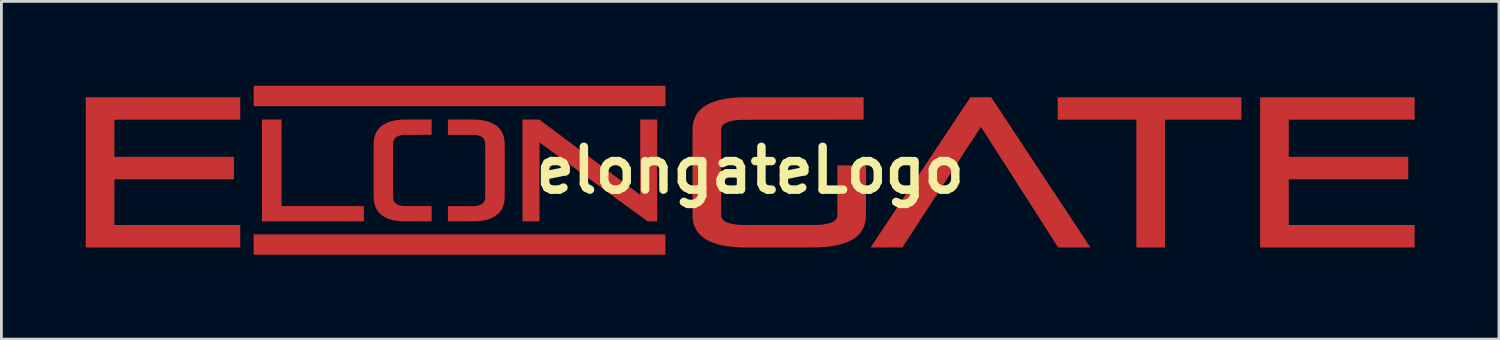
<source format=kicad_pcb>
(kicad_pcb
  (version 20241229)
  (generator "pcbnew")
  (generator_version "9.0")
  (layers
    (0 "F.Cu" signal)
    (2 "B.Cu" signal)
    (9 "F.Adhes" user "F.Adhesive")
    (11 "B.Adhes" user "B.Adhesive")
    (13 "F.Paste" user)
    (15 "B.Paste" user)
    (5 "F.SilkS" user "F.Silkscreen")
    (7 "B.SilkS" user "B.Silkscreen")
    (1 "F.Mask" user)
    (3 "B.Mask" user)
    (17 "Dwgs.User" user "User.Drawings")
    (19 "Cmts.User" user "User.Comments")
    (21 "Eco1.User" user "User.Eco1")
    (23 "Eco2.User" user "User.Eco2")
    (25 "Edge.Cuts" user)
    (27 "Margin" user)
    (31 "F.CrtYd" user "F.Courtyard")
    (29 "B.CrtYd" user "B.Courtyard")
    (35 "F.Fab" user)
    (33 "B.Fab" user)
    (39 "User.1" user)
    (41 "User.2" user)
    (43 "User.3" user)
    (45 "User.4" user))
  (footprint "elongateLogo"
    (layer "F.Cu")
    (at 23.627 3.004)
    (property "Reference" "elongateLogo" (at 0 0 0) (layer "F.SilkS") (effects (font (size 1.524 1.524) (thickness 0.3))))
    (attr through_hole)
    (pad "1" smd custom (at -23.114 -0.102) (size 0.5 0.5) (layers "F.Cu" "F.Mask") (options (anchor circle)) (primitives (gr_poly (pts (xy 4.975 -1.702) (xy 0.5 -1.702) (xy 0.5 -0.368) (xy 4.749 -0.368) (xy 4.749 0.419) (xy 0.5 0.419) (xy 0.5 2.055) (xy 4.975 2.055) (xy 4.975 2.842) (xy -0.508 2.842) (xy -0.508 -2.489) (xy 4.975 -2.489) (xy 4.975 -1.702)) (width 0.01) (fill yes))))
    (pad "1" smd custom (at -17.069 -0.051) (size 0.5 0.5) (layers "F.Cu" "F.Mask") (options (anchor circle)) (primitives (gr_poly (pts (xy 0.399 -0.209) (xy 0.399 1.33) (xy 3.326 1.331) (xy 3.326 1.864) (xy -0.288 1.864) (xy -0.288 -1.747) (xy 0.398 -1.747) (xy 0.399 -0.209)) (width 0.01) (fill yes))))
    (pad "1" smd custom (at -13.056 -0.051) (size 0.5 0.5) (layers "F.Cu" "F.Mask") (options (anchor circle)) (primitives (gr_poly (pts (xy 1.723 -1.214) (xy 1.224 -1.213) (xy 1.164 -1.213) (xy 1.109 -1.213) (xy 1.058 -1.213) (xy 1.013 -1.213) (xy 0.971 -1.213) (xy 0.933 -1.213) (xy 0.899 -1.212) (xy 0.869 -1.212) (xy 0.842 -1.212) (xy 0.818 -1.212) (xy 0.797 -1.212) (xy 0.778 -1.212) (xy 0.762 -1.211) (xy 0.748 -1.211) (xy 0.736 -1.211) (xy 0.726 -1.211) (xy 0.718 -1.21) (xy 0.711 -1.21) (xy 0.705 -1.209) (xy 0.699 -1.209) (xy 0.695 -1.208) (xy 0.692 -1.208) (xy 0.643 -1.2) (xy 0.598 -1.19) (xy 0.558 -1.178) (xy 0.522 -1.163) (xy 0.489 -1.146) (xy 0.461 -1.127) (xy 0.435 -1.105) (xy 0.417 -1.085) (xy 0.397 -1.058) (xy 0.382 -1.029) (xy 0.369 -0.996) (xy 0.359 -0.961) (xy 0.353 -0.936) (xy 0.352 0.039) (xy 0.352 0.133) (xy 0.352 0.221) (xy 0.352 0.304) (xy 0.352 0.383) (xy 0.352 0.457) (xy 0.352 0.526) (xy 0.352 0.59) (xy 0.352 0.65) (xy 0.352 0.705) (xy 0.352 0.756) (xy 0.352 0.802) (xy 0.352 0.844) (xy 0.353 0.882) (xy 0.353 0.915) (xy 0.353 0.945) (xy 0.353 0.97) (xy 0.353 0.992) (xy 0.353 1.01) (xy 0.354 1.024) (xy 0.354 1.034) (xy 0.354 1.04) (xy 0.354 1.042) (xy 0.361 1.082) (xy 0.371 1.119) (xy 0.385 1.153) (xy 0.404 1.184) (xy 0.427 1.212) (xy 0.454 1.237) (xy 0.485 1.26) (xy 0.52 1.279) (xy 0.559 1.295) (xy 0.567 1.298) (xy 0.598 1.307) (xy 0.634 1.315) (xy 0.673 1.322) (xy 0.695 1.325) (xy 0.699 1.325) (xy 0.704 1.326) (xy 0.709 1.326) (xy 0.715 1.327) (xy 0.723 1.327) (xy 0.731 1.327) (xy 0.741 1.328) (xy 0.753 1.328) (xy 0.766 1.328) (xy 0.782 1.329) (xy 0.8 1.329) (xy 0.821 1.329) (xy 0.845 1.329) (xy 0.871 1.329) (xy 0.901 1.329) (xy 0.935 1.33) (xy 0.972 1.33) (xy 1.013 1.33) (xy 1.058 1.33) (xy 1.108 1.33) (xy 1.162 1.33) (xy 1.221 1.33) (xy 1.226 1.33) (xy 1.723 1.331) (xy 1.723 1.864) (xy 1.239 1.864) (xy 1.189 1.864) (xy 1.139 1.864) (xy 1.091 1.864) (xy 1.044 1.863) (xy 0.999 1.863) (xy 0.956 1.863) (xy 0.916 1.863) (xy 0.877 1.863) (xy 0.842 1.863) (xy 0.81 1.863) (xy 0.781 1.862) (xy 0.756 1.862) (xy 0.735 1.862) (xy 0.718 1.862) (xy 0.705 1.862) (xy 0.699 1.861) (xy 0.633 1.858) (xy 0.568 1.853) (xy 0.505 1.846) (xy 0.445 1.837) (xy 0.387 1.827) (xy 0.333 1.815) (xy 0.282 1.802) (xy 0.243 1.79) (xy 0.182 1.767) (xy 0.125 1.743) (xy 0.071 1.717) (xy 0.021 1.689) (xy -0.024 1.659) (xy -0.066 1.628) (xy -0.102 1.596) (xy -0.109 1.589) (xy -0.149 1.546) (xy -0.184 1.5) (xy -0.216 1.453) (xy -0.244 1.402) (xy -0.267 1.349) (xy -0.287 1.293) (xy -0.303 1.234) (xy -0.315 1.172) (xy -0.324 1.106) (xy -0.329 1.045) (xy -0.329 1.038) (xy -0.329 1.027) (xy -0.329 1.01) (xy -0.33 0.99) (xy -0.33 0.965) (xy -0.33 0.936) (xy -0.33 0.903) (xy -0.33 0.867) (xy -0.33 0.828) (xy -0.331 0.785) (xy -0.331 0.74) (xy -0.331 0.692) (xy -0.331 0.641) (xy -0.331 0.589) (xy -0.331 0.534) (xy -0.331 0.478) (xy -0.331 0.42) (xy -0.331 0.36) (xy -0.331 0.3) (xy -0.331 0.239) (xy -0.331 0.177) (xy -0.331 0.115) (xy -0.331 0.052) (xy -0.331 -0.01) (xy -0.331 -0.072) (xy -0.331 -0.134) (xy -0.331 -0.195) (xy -0.331 -0.255) (xy -0.331 -0.314) (xy -0.331 -0.372) (xy -0.331 -0.428) (xy -0.331 -0.482) (xy -0.331 -0.534) (xy -0.331 -0.584) (xy -0.331 -0.632) (xy -0.331 -0.677) (xy -0.33 -0.719) (xy -0.33 -0.757) (xy -0.33 -0.793) (xy -0.33 -0.825) (xy -0.33 -0.853) (xy -0.33 -0.877) (xy -0.329 -0.897) (xy -0.329 -0.912) (xy -0.329 -0.923) (xy -0.329 -0.928) (xy -0.324 -0.995) (xy -0.315 -1.058) (xy -0.303 -1.118) (xy -0.288 -1.174) (xy -0.269 -1.228) (xy -0.247 -1.279) (xy -0.22 -1.328) (xy -0.19 -1.374) (xy -0.179 -1.389) (xy -0.167 -1.405) (xy -0.151 -1.423) (xy -0.134 -1.442) (xy -0.115 -1.461) (xy -0.096 -1.48) (xy -0.077 -1.497) (xy -0.06 -1.512) (xy -0.055 -1.516) (xy -0.007 -1.551) (xy 0.046 -1.583) (xy 0.102 -1.613) (xy 0.162 -1.64) (xy 0.226 -1.664) (xy 0.294 -1.685) (xy 0.365 -1.703) (xy 0.439 -1.718) (xy 0.516 -1.729) (xy 0.586 -1.737) (xy 0.599 -1.738) (xy 0.612 -1.739) (xy 0.625 -1.74) (xy 0.639 -1.741) (xy 0.653 -1.742) (xy 0.668 -1.743) (xy 0.684 -1.744) (xy 0.701 -1.744) (xy 0.72 -1.745) (xy 0.741 -1.745) (xy 0.763 -1.746) (xy 0.789 -1.746) (xy 0.816 -1.746) (xy 0.847 -1.747) (xy 0.88 -1.747) (xy 0.917 -1.747) (xy 0.958 -1.747) (xy 1.002 -1.747) (xy 1.05 -1.747) (xy 1.102 -1.747) (xy 1.159 -1.747) (xy 1.221 -1.747) (xy 1.244 -1.747) (xy 1.723 -1.747) (xy 1.723 -1.214)) (width 0.01) (fill yes))))
    (pad "1" smd custom (at -10.312 -2.642) (size 0.5 0.5) (layers "F.Cu" "F.Mask") (options (anchor circle)) (primitives (gr_poly (pts (xy 7.293 0.358) (xy -7.339 0.358) (xy -7.339 -0.358) (xy 7.293 -0.358) (xy 7.293 0.358)) (width 0.01) (fill yes))))
    (pad "1" smd custom (at -8.992 -0.152) (size 0.5 0.5) (layers "F.Cu" "F.Mask") (options (anchor circle)) (primitives (gr_poly (pts (xy -1.295 -1.646) (xy -1.233 -1.646) (xy -1.175 -1.646) (xy -1.122 -1.646) (xy -1.074 -1.646) (xy -1.03 -1.645) (xy -0.989 -1.645) (xy -0.952 -1.645) (xy -0.918 -1.645) (xy -0.888 -1.645) (xy -0.86 -1.644) (xy -0.835 -1.644) (xy -0.812 -1.644) (xy -0.791 -1.643) (xy -0.772 -1.643) (xy -0.755 -1.642) (xy -0.739 -1.641) (xy -0.724 -1.641) (xy -0.71 -1.64) (xy -0.697 -1.639) (xy -0.684 -1.638) (xy -0.671 -1.637) (xy -0.594 -1.629) (xy -0.52 -1.617) (xy -0.449 -1.603) (xy -0.38 -1.587) (xy -0.314 -1.567) (xy -0.252 -1.545) (xy -0.194 -1.52) (xy -0.139 -1.492) (xy -0.089 -1.463) (xy -0.059 -1.443) (xy -0.034 -1.424) (xy -0.008 -1.402) (xy 0.019 -1.378) (xy 0.045 -1.354) (xy 0.068 -1.33) (xy 0.089 -1.307) (xy 0.096 -1.299) (xy 0.129 -1.254) (xy 0.158 -1.206) (xy 0.183 -1.155) (xy 0.205 -1.101) (xy 0.223 -1.043) (xy 0.237 -0.982) (xy 0.248 -0.918) (xy 0.255 -0.85) (xy 0.255 -0.848) (xy 0.255 -0.843) (xy 0.255 -0.832) (xy 0.255 -0.817) (xy 0.256 -0.797) (xy 0.256 -0.773) (xy 0.256 -0.745) (xy 0.256 -0.714) (xy 0.256 -0.679) (xy 0.256 -0.64) (xy 0.257 -0.598) (xy 0.257 -0.554) (xy 0.257 -0.506) (xy 0.257 -0.457) (xy 0.257 -0.405) (xy 0.257 -0.35) (xy 0.257 -0.294) (xy 0.257 -0.237) (xy 0.257 -0.178) (xy 0.257 -0.118) (xy 0.257 -0.057) (xy 0.257 0.005) (xy 0.257 0.068) (xy 0.257 0.13) (xy 0.257 0.193) (xy 0.257 0.256) (xy 0.257 0.318) (xy 0.257 0.38) (xy 0.257 0.441) (xy 0.257 0.501) (xy 0.257 0.56) (xy 0.257 0.617) (xy 0.257 0.673) (xy 0.257 0.727) (xy 0.257 0.779) (xy 0.257 0.829) (xy 0.257 0.876) (xy 0.257 0.921) (xy 0.256 0.962) (xy 0.256 1) (xy 0.256 1.036) (xy 0.256 1.067) (xy 0.256 1.095) (xy 0.256 1.118) (xy 0.255 1.138) (xy 0.255 1.153) (xy 0.255 1.163) (xy 0.255 1.168) (xy 0.248 1.234) (xy 0.238 1.296) (xy 0.225 1.356) (xy 0.208 1.413) (xy 0.187 1.467) (xy 0.164 1.517) (xy 0.147 1.546) (xy 0.115 1.595) (xy 0.078 1.642) (xy 0.037 1.685) (xy -0.007 1.726) (xy -0.056 1.763) (xy -0.109 1.797) (xy -0.165 1.828) (xy -0.178 1.835) (xy -0.222 1.855) (xy -0.266 1.873) (xy -0.311 1.89) (xy -0.357 1.904) (xy -0.405 1.917) (xy -0.455 1.928) (xy -0.507 1.937) (xy -0.563 1.946) (xy -0.622 1.953) (xy -0.686 1.959) (xy -0.717 1.961) (xy -0.724 1.961) (xy -0.736 1.962) (xy -0.752 1.962) (xy -0.773 1.963) (xy -0.797 1.963) (xy -0.826 1.963) (xy -0.859 1.963) (xy -0.897 1.964) (xy -0.94 1.964) (xy -0.987 1.964) (xy -1.039 1.964) (xy -1.095 1.965) (xy -1.157 1.965) (xy -1.224 1.965) (xy -1.254 1.965) (xy -1.752 1.966) (xy -1.752 1.432) (xy -1.305 1.432) (xy -1.248 1.432) (xy -1.193 1.432) (xy -1.141 1.432) (xy -1.092 1.432) (xy -1.046 1.432) (xy -1.004 1.432) (xy -0.966 1.432) (xy -0.932 1.431) (xy -0.901 1.431) (xy -0.875 1.431) (xy -0.853 1.431) (xy -0.835 1.43) (xy -0.823 1.43) (xy -0.816 1.43) (xy -0.761 1.425) (xy -0.711 1.417) (xy -0.665 1.406) (xy -0.623 1.393) (xy -0.585 1.376) (xy -0.551 1.357) (xy -0.521 1.334) (xy -0.495 1.309) (xy -0.473 1.28) (xy -0.456 1.249) (xy -0.442 1.214) (xy -0.432 1.177) (xy -0.428 1.155) (xy -0.428 1.151) (xy -0.428 1.143) (xy -0.428 1.131) (xy -0.428 1.114) (xy -0.427 1.094) (xy -0.427 1.069) (xy -0.427 1.04) (xy -0.427 1.007) (xy -0.427 0.969) (xy -0.426 0.927) (xy -0.426 0.88) (xy -0.426 0.829) (xy -0.426 0.773) (xy -0.426 0.713) (xy -0.426 0.647) (xy -0.426 0.577) (xy -0.426 0.502) (xy -0.426 0.423) (xy -0.426 0.338) (xy -0.426 0.248) (xy -0.426 0.159) (xy -0.426 0.074) (xy -0.426 -0.005) (xy -0.426 -0.08) (xy -0.426 -0.151) (xy -0.426 -0.217) (xy -0.426 -0.279) (xy -0.426 -0.336) (xy -0.426 -0.39) (xy -0.426 -0.439) (xy -0.426 -0.485) (xy -0.426 -0.528) (xy -0.426 -0.567) (xy -0.426 -0.602) (xy -0.426 -0.635) (xy -0.427 -0.665) (xy -0.427 -0.692) (xy -0.427 -0.716) (xy -0.427 -0.738) (xy -0.427 -0.758) (xy -0.428 -0.775) (xy -0.428 -0.791) (xy -0.428 -0.804) (xy -0.429 -0.816) (xy -0.429 -0.826) (xy -0.43 -0.835) (xy -0.43 -0.843) (xy -0.431 -0.85) (xy -0.432 -0.855) (xy -0.432 -0.86) (xy -0.433 -0.864) (xy -0.434 -0.868) (xy -0.435 -0.872) (xy -0.436 -0.875) (xy -0.437 -0.878) (xy -0.438 -0.882) (xy -0.439 -0.886) (xy -0.44 -0.888) (xy -0.452 -0.922) (xy -0.469 -0.954) (xy -0.49 -0.983) (xy -0.515 -1.009) (xy -0.544 -1.033) (xy -0.578 -1.053) (xy -0.614 -1.07) (xy -0.655 -1.084) (xy -0.699 -1.095) (xy -0.701 -1.096) (xy -0.711 -1.098) (xy -0.72 -1.099) (xy -0.729 -1.101) (xy -0.738 -1.103) (xy -0.747 -1.104) (xy -0.757 -1.105) (xy -0.768 -1.106) (xy -0.779 -1.107) (xy -0.792 -1.108) (xy -0.806 -1.109) (xy -0.822 -1.11) (xy -0.839 -1.11) (xy -0.859 -1.111) (xy -0.882 -1.111) (xy -0.907 -1.111) (xy -0.934 -1.112) (xy -0.965 -1.112) (xy -1 -1.112) (xy -1.038 -1.112) (xy -1.079 -1.112) (xy -1.125 -1.112) (xy -1.175 -1.112) (xy -1.23 -1.112) (xy -1.29 -1.112) (xy -1.3 -1.112) (xy -1.752 -1.112) (xy -1.752 -1.646) (xy -1.295 -1.646)) (width 0.01) (fill yes))))
    (pad "1" smd custom (at -8.382 2.692) (size 0.5 0.5) (layers "F.Cu" "F.Mask") (options (anchor circle)) (primitives (gr_poly (pts (xy 5.362 0.307) (xy -9.269 0.307) (xy -9.269 -0.409) (xy 5.362 -0.409) (xy 5.362 0.307)) (width 0.01) (fill yes))))
    (pad "1" smd custom (at -7.671 -1.27) (size 0.5 0.5) (layers "F.Cu" "F.Mask") (options (anchor circle)) (primitives (gr_poly (pts (xy 1.966 0.813) (xy 3.763 2.154) (xy 3.764 0.813) (xy 3.765 -0.528) (xy 4.359 -0.528) (xy 4.359 3.083) (xy 4.027 3.083) (xy 2.104 1.68) (xy 2.015 1.615) (xy 1.927 1.551) (xy 1.84 1.488) (xy 1.755 1.425) (xy 1.671 1.364) (xy 1.588 1.304) (xy 1.506 1.244) (xy 1.426 1.186) (xy 1.348 1.129) (xy 1.272 1.073) (xy 1.197 1.018) (xy 1.124 0.965) (xy 1.053 0.914) (xy 0.984 0.863) (xy 0.918 0.815) (xy 0.853 0.768) (xy 0.791 0.723) (xy 0.732 0.679) (xy 0.674 0.638) (xy 0.62 0.598) (xy 0.568 0.56) (xy 0.519 0.524) (xy 0.473 0.491) (xy 0.43 0.459) (xy 0.39 0.43) (xy 0.353 0.403) (xy 0.319 0.379) (xy 0.289 0.357) (xy 0.262 0.337) (xy 0.239 0.32) (xy 0.219 0.306) (xy 0.203 0.294) (xy 0.19 0.285) (xy 0.182 0.279) (xy 0.177 0.276) (xy 0.177 0.275) (xy 0.176 0.276) (xy 0.176 0.278) (xy 0.176 0.282) (xy 0.176 0.288) (xy 0.176 0.296) (xy 0.175 0.306) (xy 0.175 0.318) (xy 0.175 0.333) (xy 0.175 0.35) (xy 0.175 0.369) (xy 0.175 0.391) (xy 0.175 0.416) (xy 0.174 0.443) (xy 0.174 0.474) (xy 0.174 0.508) (xy 0.174 0.545) (xy 0.174 0.585) (xy 0.174 0.628) (xy 0.174 0.675) (xy 0.174 0.726) (xy 0.174 0.78) (xy 0.174 0.839) (xy 0.174 0.901) (xy 0.174 0.967) (xy 0.174 1.038) (xy 0.174 1.112) (xy 0.174 1.192) (xy 0.174 1.275) (xy 0.173 1.363) (xy 0.173 1.456) (xy 0.173 1.554) (xy 0.173 1.657) (xy 0.173 3.083) (xy -0.421 3.083) (xy -0.421 -0.528) (xy 0.168 -0.528) (xy 1.966 0.813)) (width 0.01) (fill yes))))
    (pad "1" smd custom (at -1.422 0.102) (size 0.5 0.5) (layers "F.Cu" "F.Mask") (options (anchor circle)) (primitives (gr_poly (pts (xy 5.45 -1.905) (xy 3.285 -1.904) (xy 3.15 -1.904) (xy 3.021 -1.904) (xy 2.897 -1.904) (xy 2.778 -1.904) (xy 2.663 -1.904) (xy 2.553 -1.904) (xy 2.448 -1.904) (xy 2.347 -1.904) (xy 2.251 -1.904) (xy 2.159 -1.903) (xy 2.071 -1.903) (xy 1.988 -1.903) (xy 1.909 -1.903) (xy 1.834 -1.903) (xy 1.763 -1.903) (xy 1.696 -1.903) (xy 1.633 -1.903) (xy 1.574 -1.903) (xy 1.519 -1.903) (xy 1.467 -1.903) (xy 1.419 -1.902) (xy 1.374 -1.902) (xy 1.333 -1.902) (xy 1.295 -1.902) (xy 1.261 -1.902) (xy 1.229 -1.902) (xy 1.201 -1.902) (xy 1.176 -1.902) (xy 1.154 -1.901) (xy 1.135 -1.901) (xy 1.119 -1.901) (xy 1.105 -1.901) (xy 1.094 -1.901) (xy 1.086 -1.901) (xy 1.081 -1.9) (xy 1.078 -1.9) (xy 1.017 -1.895) (xy 0.961 -1.89) (xy 0.909 -1.884) (xy 0.861 -1.878) (xy 0.816 -1.871) (xy 0.775 -1.863) (xy 0.736 -1.854) (xy 0.699 -1.845) (xy 0.665 -1.835) (xy 0.632 -1.823) (xy 0.615 -1.817) (xy 0.571 -1.798) (xy 0.532 -1.777) (xy 0.498 -1.755) (xy 0.468 -1.73) (xy 0.443 -1.704) (xy 0.422 -1.676) (xy 0.405 -1.646) (xy 0.393 -1.613) (xy 0.391 -1.606) (xy 0.385 -1.586) (xy 0.384 -0.036) (xy 0.384 0.072) (xy 0.384 0.174) (xy 0.384 0.271) (xy 0.384 0.364) (xy 0.384 0.452) (xy 0.384 0.535) (xy 0.384 0.614) (xy 0.384 0.689) (xy 0.384 0.76) (xy 0.384 0.827) (xy 0.384 0.89) (xy 0.384 0.949) (xy 0.384 1.005) (xy 0.384 1.057) (xy 0.384 1.105) (xy 0.384 1.15) (xy 0.384 1.193) (xy 0.384 1.232) (xy 0.384 1.268) (xy 0.384 1.301) (xy 0.385 1.332) (xy 0.385 1.36) (xy 0.385 1.386) (xy 0.385 1.409) (xy 0.385 1.43) (xy 0.386 1.449) (xy 0.386 1.466) (xy 0.386 1.481) (xy 0.387 1.495) (xy 0.387 1.507) (xy 0.387 1.517) (xy 0.388 1.526) (xy 0.388 1.534) (xy 0.389 1.541) (xy 0.389 1.546) (xy 0.39 1.551) (xy 0.391 1.555) (xy 0.391 1.558) (xy 0.392 1.561) (xy 0.393 1.563) (xy 0.393 1.565) (xy 0.394 1.567) (xy 0.395 1.569) (xy 0.396 1.571) (xy 0.397 1.573) (xy 0.398 1.575) (xy 0.399 1.577) (xy 0.413 1.608) (xy 0.431 1.637) (xy 0.455 1.665) (xy 0.483 1.69) (xy 0.516 1.714) (xy 0.553 1.736) (xy 0.596 1.756) (xy 0.642 1.774) (xy 0.694 1.79) (xy 0.75 1.804) (xy 0.811 1.817) (xy 0.876 1.827) (xy 0.946 1.836) (xy 0.974 1.839) (xy 0.983 1.839) (xy 0.991 1.84) (xy 1 1.841) (xy 1.008 1.842) (xy 1.015 1.842) (xy 1.023 1.843) (xy 1.032 1.844) (xy 1.04 1.844) (xy 1.049 1.845) (xy 1.059 1.845) (xy 1.07 1.846) (xy 1.081 1.846) (xy 1.094 1.847) (xy 1.107 1.847) (xy 1.122 1.847) (xy 1.139 1.848) (xy 1.157 1.848) (xy 1.177 1.848) (xy 1.199 1.849) (xy 1.222 1.849) (xy 1.248 1.849) (xy 1.277 1.849) (xy 1.307 1.849) (xy 1.341 1.849) (xy 1.376 1.85) (xy 1.415 1.85) (xy 1.457 1.85) (xy 1.502 1.85) (xy 1.55 1.85) (xy 1.602 1.85) (xy 1.657 1.85) (xy 1.715 1.85) (xy 1.778 1.85) (xy 1.844 1.85) (xy 1.915 1.85) (xy 1.99 1.85) (xy 2.069 1.85) (xy 2.153 1.85) (xy 2.241 1.85) (xy 2.334 1.85) (xy 2.432 1.85) (xy 2.456 1.85) (xy 2.555 1.85) (xy 2.649 1.85) (xy 2.738 1.85) (xy 2.823 1.85) (xy 2.903 1.85) (xy 2.978 1.85) (xy 3.049 1.85) (xy 3.117 1.85) (xy 3.18 1.85) (xy 3.239 1.85) (xy 3.295 1.85) (xy 3.347 1.85) (xy 3.396 1.85) (xy 3.441 1.85) (xy 3.484 1.85) (xy 3.523 1.85) (xy 3.559 1.85) (xy 3.593 1.849) (xy 3.624 1.849) (xy 3.653 1.849) (xy 3.679 1.849) (xy 3.703 1.849) (xy 3.725 1.848) (xy 3.745 1.848) (xy 3.764 1.848) (xy 3.781 1.848) (xy 3.796 1.847) (xy 3.81 1.847) (xy 3.823 1.847) (xy 3.834 1.846) (xy 3.845 1.846) (xy 3.855 1.845) (xy 3.864 1.845) (xy 3.873 1.844) (xy 3.881 1.844) (xy 3.889 1.843) (xy 3.897 1.842) (xy 3.905 1.842) (xy 3.914 1.841) (xy 3.922 1.84) (xy 3.929 1.84) (xy 4 1.833) (xy 4.066 1.824) (xy 4.129 1.813) (xy 4.186 1.8) (xy 4.24 1.786) (xy 4.289 1.769) (xy 4.333 1.751) (xy 4.373 1.732) (xy 4.408 1.71) (xy 4.438 1.687) (xy 4.464 1.662) (xy 4.474 1.65) (xy 4.49 1.627) (xy 4.504 1.602) (xy 4.515 1.575) (xy 4.519 1.563) (xy 4.525 1.543) (xy 4.525 0.637) (xy 4.526 -0.269) (xy 5.534 -0.269) (xy 5.534 0.613) (xy 5.534 0.689) (xy 5.534 0.763) (xy 5.534 0.834) (xy 5.534 0.903) (xy 5.534 0.97) (xy 5.534 1.034) (xy 5.534 1.094) (xy 5.534 1.152) (xy 5.534 1.206) (xy 5.534 1.258) (xy 5.533 1.305) (xy 5.533 1.349) (xy 5.533 1.389) (xy 5.533 1.425) (xy 5.533 1.457) (xy 5.533 1.485) (xy 5.532 1.508) (xy 5.532 1.526) (xy 5.532 1.54) (xy 5.532 1.549) (xy 5.532 1.551) (xy 5.529 1.597) (xy 5.525 1.639) (xy 5.521 1.679) (xy 5.514 1.717) (xy 5.506 1.756) (xy 5.503 1.771) (xy 5.484 1.837) (xy 5.462 1.9) (xy 5.435 1.961) (xy 5.403 2.019) (xy 5.367 2.074) (xy 5.327 2.127) (xy 5.282 2.178) (xy 5.233 2.226) (xy 5.18 2.271) (xy 5.122 2.314) (xy 5.11 2.322) (xy 5.082 2.34) (xy 5.05 2.359) (xy 5.016 2.378) (xy 4.979 2.398) (xy 4.942 2.416) (xy 4.905 2.433) (xy 4.869 2.449) (xy 4.85 2.457) (xy 4.777 2.484) (xy 4.7 2.509) (xy 4.621 2.532) (xy 4.539 2.552) (xy 4.453 2.57) (xy 4.363 2.586) (xy 4.27 2.6) (xy 4.173 2.612) (xy 4.072 2.622) (xy 3.966 2.629) (xy 3.856 2.635) (xy 3.819 2.636) (xy 3.813 2.636) (xy 3.802 2.636) (xy 3.786 2.637) (xy 3.766 2.637) (xy 3.742 2.637) (xy 3.713 2.637) (xy 3.68 2.637) (xy 3.644 2.637) (xy 3.604 2.637) (xy 3.561 2.637) (xy 3.514 2.637) (xy 3.465 2.637) (xy 3.412 2.638) (xy 3.357 2.638) (xy 3.3 2.638) (xy 3.24 2.638) (xy 3.178 2.638) (xy 3.114 2.638) (xy 3.049 2.638) (xy 2.981 2.638) (xy 2.913 2.638) (xy 2.843 2.638) (xy 2.773 2.638) (xy 2.701 2.638) (xy 2.629 2.638) (xy 2.557 2.638) (xy 2.484 2.638) (xy 2.412 2.638) (xy 2.339 2.638) (xy 2.267 2.638) (xy 2.195 2.638) (xy 2.124 2.638) (xy 2.054 2.638) (xy 1.985 2.638) (xy 1.917 2.638) (xy 1.851 2.638) (xy 1.786 2.638) (xy 1.724 2.638) (xy 1.663 2.638) (xy 1.604 2.638) (xy 1.548 2.638) (xy 1.494 2.638) (xy 1.443 2.638) (xy 1.395 2.638) (xy 1.35 2.638) (xy 1.308 2.638) (xy 1.27 2.638) (xy 1.236 2.638) (xy 1.205 2.638) (xy 1.179 2.638) (xy 1.157 2.637) (xy 1.139 2.637) (xy 1.126 2.637) (xy 1.117 2.637) (xy 1.115 2.637) (xy 1.002 2.632) (xy 0.893 2.626) (xy 0.789 2.617) (xy 0.689 2.606) (xy 0.593 2.593) (xy 0.501 2.578) (xy 0.412 2.56) (xy 0.328 2.541) (xy 0.247 2.519) (xy 0.169 2.495) (xy 0.163 2.492) (xy 0.082 2.463) (xy 0.007 2.432) (xy -0.065 2.398) (xy -0.132 2.361) (xy -0.195 2.322) (xy -0.253 2.28) (xy -0.307 2.236) (xy -0.357 2.189) (xy -0.403 2.139) (xy -0.444 2.087) (xy -0.478 2.037) (xy -0.508 1.986) (xy -0.535 1.933) (xy -0.558 1.877) (xy -0.578 1.819) (xy -0.594 1.758) (xy -0.607 1.693) (xy -0.617 1.625) (xy -0.619 1.614) (xy -0.619 1.611) (xy -0.619 1.608) (xy -0.62 1.604) (xy -0.62 1.6) (xy -0.62 1.595) (xy -0.62 1.589) (xy -0.621 1.583) (xy -0.621 1.575) (xy -0.621 1.566) (xy -0.621 1.556) (xy -0.621 1.544) (xy -0.622 1.531) (xy -0.622 1.516) (xy -0.622 1.499) (xy -0.622 1.48) (xy -0.622 1.459) (xy -0.622 1.436) (xy -0.622 1.411) (xy -0.623 1.384) (xy -0.623 1.353) (xy -0.623 1.321) (xy -0.623 1.285) (xy -0.623 1.247) (xy -0.623 1.205) (xy -0.623 1.161) (xy -0.623 1.113) (xy -0.623 1.062) (xy -0.623 1.007) (xy -0.623 0.949) (xy -0.623 0.887) (xy -0.624 0.822) (xy -0.624 0.752) (xy -0.624 0.678) (xy -0.624 0.6) (xy -0.624 0.518) (xy -0.624 0.431) (xy -0.624 0.339) (xy -0.624 0.243) (xy -0.624 0.143) (xy -0.624 0.037) (xy -0.624 0.008) (xy -0.624 -0.114) (xy -0.624 -0.23) (xy -0.624 -0.341) (xy -0.624 -0.448) (xy -0.624 -0.549) (xy -0.624 -0.645) (xy -0.624 -0.737) (xy -0.624 -0.824) (xy -0.624 -0.906) (xy -0.624 -0.983) (xy -0.624 -1.056) (xy -0.624 -1.124) (xy -0.624 -1.187) (xy -0.624 -1.246) (xy -0.624 -1.3) (xy -0.624 -1.35) (xy -0.624 -1.395) (xy -0.624 -1.436) (xy -0.623 -1.473) (xy -0.623 -1.505) (xy -0.623 -1.533) (xy -0.623 -1.556) (xy -0.623 -1.576) (xy -0.623 -1.591) (xy -0.622 -1.602) (xy -0.622 -1.609) (xy -0.622 -1.61) (xy -0.621 -1.629) (xy -0.619 -1.65) (xy -0.617 -1.671) (xy -0.615 -1.69) (xy -0.614 -1.7) (xy -0.603 -1.771) (xy -0.587 -1.839) (xy -0.567 -1.905) (xy -0.543 -1.968) (xy -0.514 -2.028) (xy -0.481 -2.086) (xy -0.444 -2.141) (xy -0.402 -2.193) (xy -0.356 -2.243) (xy -0.305 -2.291) (xy -0.251 -2.335) (xy -0.191 -2.377) (xy -0.128 -2.417) (xy -0.06 -2.453) (xy 0.012 -2.487) (xy 0.089 -2.519) (xy 0.169 -2.548) (xy 0.255 -2.574) (xy 0.344 -2.598) (xy 0.438 -2.619) (xy 0.536 -2.637) (xy 0.639 -2.653) (xy 0.742 -2.665) (xy 0.764 -2.668) (xy 0.786 -2.67) (xy 0.807 -2.672) (xy 0.829 -2.674) (xy 0.853 -2.676) (xy 0.877 -2.678) (xy 0.904 -2.68) (xy 0.935 -2.682) (xy 0.968 -2.684) (xy 1.006 -2.686) (xy 1.026 -2.688) (xy 1.031 -2.688) (xy 1.038 -2.688) (xy 1.048 -2.688) (xy 1.062 -2.688) (xy 1.078 -2.688) (xy 1.098 -2.689) (xy 1.121 -2.689) (xy 1.147 -2.689) (xy 1.176 -2.689) (xy 1.209 -2.689) (xy 1.246 -2.689) (xy 1.286 -2.689) (xy 1.329 -2.69) (xy 1.377 -2.69) (xy 1.428 -2.69) (xy 1.482 -2.69) (xy 1.541 -2.69) (xy 1.604 -2.69) (xy 1.671 -2.69) (xy 1.741 -2.69) (xy 1.816 -2.69) (xy 1.895 -2.69) (xy 1.979 -2.691) (xy 2.067 -2.691) (xy 2.159 -2.691) (xy 2.255 -2.691) (xy 2.356 -2.691) (xy 2.462 -2.691) (xy 2.573 -2.691) (xy 2.688 -2.691) (xy 2.808 -2.691) (xy 2.932 -2.691) (xy 3.062 -2.691) (xy 3.197 -2.691) (xy 3.262 -2.691) (xy 5.45 -2.692) (xy 5.45 -1.905)) (width 0.01) (fill yes))))
    (pad "1" smd custom (at 6.655 0.051) (size 0.5 0.5) (layers "F.Cu" "F.Mask") (options (anchor circle)) (primitives (gr_poly (pts (xy 3.654 -0.006) (xy 3.724 0.1) (xy 3.793 0.205) (xy 3.862 0.308) (xy 3.93 0.411) (xy 3.997 0.512) (xy 4.063 0.613) (xy 4.128 0.711) (xy 4.192 0.808) (xy 4.255 0.904) (xy 4.317 0.998) (xy 4.378 1.091) (xy 4.438 1.181) (xy 4.497 1.27) (xy 4.554 1.357) (xy 4.61 1.441) (xy 4.665 1.524) (xy 4.718 1.604) (xy 4.769 1.682) (xy 4.819 1.758) (xy 4.868 1.831) (xy 4.914 1.902) (xy 4.959 1.97) (xy 5.003 2.035) (xy 5.044 2.098) (xy 5.083 2.158) (xy 5.121 2.215) (xy 5.157 2.269) (xy 5.19 2.319) (xy 5.221 2.367) (xy 5.251 2.411) (xy 5.278 2.452) (xy 5.303 2.49) (xy 5.325 2.524) (xy 5.345 2.554) (xy 5.363 2.581) (xy 5.378 2.604) (xy 5.391 2.623) (xy 5.401 2.638) (xy 5.408 2.649) (xy 5.413 2.657) (xy 5.415 2.659) (xy 5.434 2.69) (xy 4.866 2.689) (xy 4.298 2.689) (xy 2.924 0.543) (xy 2.86 0.444) (xy 2.797 0.345) (xy 2.735 0.248) (xy 2.674 0.153) (xy 2.614 0.059) (xy 2.555 -0.033) (xy 2.497 -0.123) (xy 2.441 -0.212) (xy 2.385 -0.298) (xy 2.331 -0.383) (xy 2.278 -0.465) (xy 2.227 -0.545) (xy 2.177 -0.623) (xy 2.128 -0.699) (xy 2.081 -0.772) (xy 2.036 -0.843) (xy 1.992 -0.911) (xy 1.95 -0.976) (xy 1.91 -1.039) (xy 1.872 -1.099) (xy 1.835 -1.156) (xy 1.801 -1.209) (xy 1.768 -1.26) (xy 1.737 -1.308) (xy 1.709 -1.352) (xy 1.682 -1.393) (xy 1.658 -1.431) (xy 1.636 -1.465) (xy 1.617 -1.495) (xy 1.599 -1.522) (xy 1.585 -1.545) (xy 1.572 -1.564) (xy 1.562 -1.579) (xy 1.555 -1.59) (xy 1.55 -1.598) (xy 1.548 -1.6) (xy 1.548 -1.601) (xy 1.547 -1.598) (xy 1.542 -1.592) (xy 1.536 -1.582) (xy 1.526 -1.567) (xy 1.514 -1.549) (xy 1.5 -1.527) (xy 1.483 -1.501) (xy 1.464 -1.471) (xy 1.442 -1.438) (xy 1.418 -1.402) (xy 1.392 -1.362) (xy 1.364 -1.319) (xy 1.334 -1.272) (xy 1.302 -1.223) (xy 1.268 -1.171) (xy 1.232 -1.115) (xy 1.194 -1.057) (xy 1.154 -0.997) (xy 1.113 -0.933) (xy 1.07 -0.867) (xy 1.025 -0.799) (xy 0.979 -0.728) (xy 0.932 -0.655) (xy 0.883 -0.579) (xy 0.832 -0.502) (xy 0.781 -0.422) (xy 0.728 -0.341) (xy 0.674 -0.258) (xy 0.618 -0.173) (xy 0.562 -0.087) (xy 0.505 0.002) (xy 0.446 0.091) (xy 0.387 0.182) (xy 0.327 0.274) (xy 0.266 0.368) (xy 0.205 0.462) (xy 0.151 0.545) (xy -1.244 2.688) (xy -1.805 2.689) (xy -1.869 2.689) (xy -1.928 2.689) (xy -1.982 2.689) (xy -2.032 2.689) (xy -2.077 2.689) (xy -2.119 2.689) (xy -2.156 2.689) (xy -2.189 2.689) (xy -2.219 2.689) (xy -2.246 2.689) (xy -2.269 2.689) (xy -2.289 2.689) (xy -2.306 2.689) (xy -2.321 2.688) (xy -2.333 2.688) (xy -2.343 2.688) (xy -2.351 2.688) (xy -2.356 2.687) (xy -2.36 2.687) (xy -2.362 2.687) (xy -2.363 2.686) (xy -2.363 2.686) (xy -2.362 2.684) (xy -2.358 2.677) (xy -2.351 2.667) (xy -2.341 2.653) (xy -2.329 2.634) (xy -2.314 2.612) (xy -2.297 2.586) (xy -2.277 2.556) (xy -2.255 2.523) (xy -2.231 2.487) (xy -2.204 2.446) (xy -2.175 2.403) (xy -2.144 2.356) (xy -2.111 2.306) (xy -2.076 2.253) (xy -2.038 2.197) (xy -1.999 2.138) (xy -1.958 2.076) (xy -1.915 2.011) (xy -1.87 1.944) (xy -1.824 1.874) (xy -1.775 1.801) (xy -1.725 1.726) (xy -1.674 1.649) (xy -1.621 1.569) (xy -1.566 1.487) (xy -1.51 1.403) (xy -1.453 1.317) (xy -1.394 1.228) (xy -1.335 1.138) (xy -1.273 1.046) (xy -1.211 0.953) (xy -1.148 0.857) (xy -1.083 0.76) (xy -1.018 0.662) (xy -0.951 0.562) (xy -0.884 0.461) (xy -0.816 0.358) (xy -0.747 0.254) (xy -0.677 0.149) (xy -0.607 0.044) (xy -0.592 0.021) (xy 1.178 -2.641) (xy 1.913 -2.641) (xy 3.654 -0.006)) (width 0.01) (fill yes))))
    (pad "1" smd custom (at 14.275 0.051) (size 0.5 0.5) (layers "F.Cu" "F.Mask") (options (anchor circle)) (primitives (gr_poly (pts (xy 3.188 -1.854) (xy 0.468 -1.854) (xy 0.468 2.69) (xy -0.537 2.69) (xy -0.537 -1.854) (xy -3.334 -1.854) (xy -3.334 -2.641) (xy 3.188 -2.641) (xy 3.188 -1.854)) (width 0.01) (fill yes))))
    (pad "1" smd custom (at 18.694 0) (size 0.5 0.5) (layers "F.Cu" "F.Mask") (options (anchor circle)) (primitives (gr_poly (pts (xy 4.928 -1.803) (xy 0.453 -1.803) (xy 0.453 -0.47) (xy 4.702 -0.47) (xy 4.702 0.317) (xy 0.453 0.317) (xy 0.453 1.953) (xy 4.928 1.953) (xy 4.928 2.74) (xy -0.556 2.74) (xy -0.556 -2.591) (xy 4.928 -2.591) (xy 4.928 -1.803)) (width 0.01) (fill yes)))))
  (gr_rect
    (start -3 -3)
    (end 50.254 9.009)
    (stroke (width 0.1) (type default))
    (fill no)
    (layer "Edge.Cuts")))
</source>
